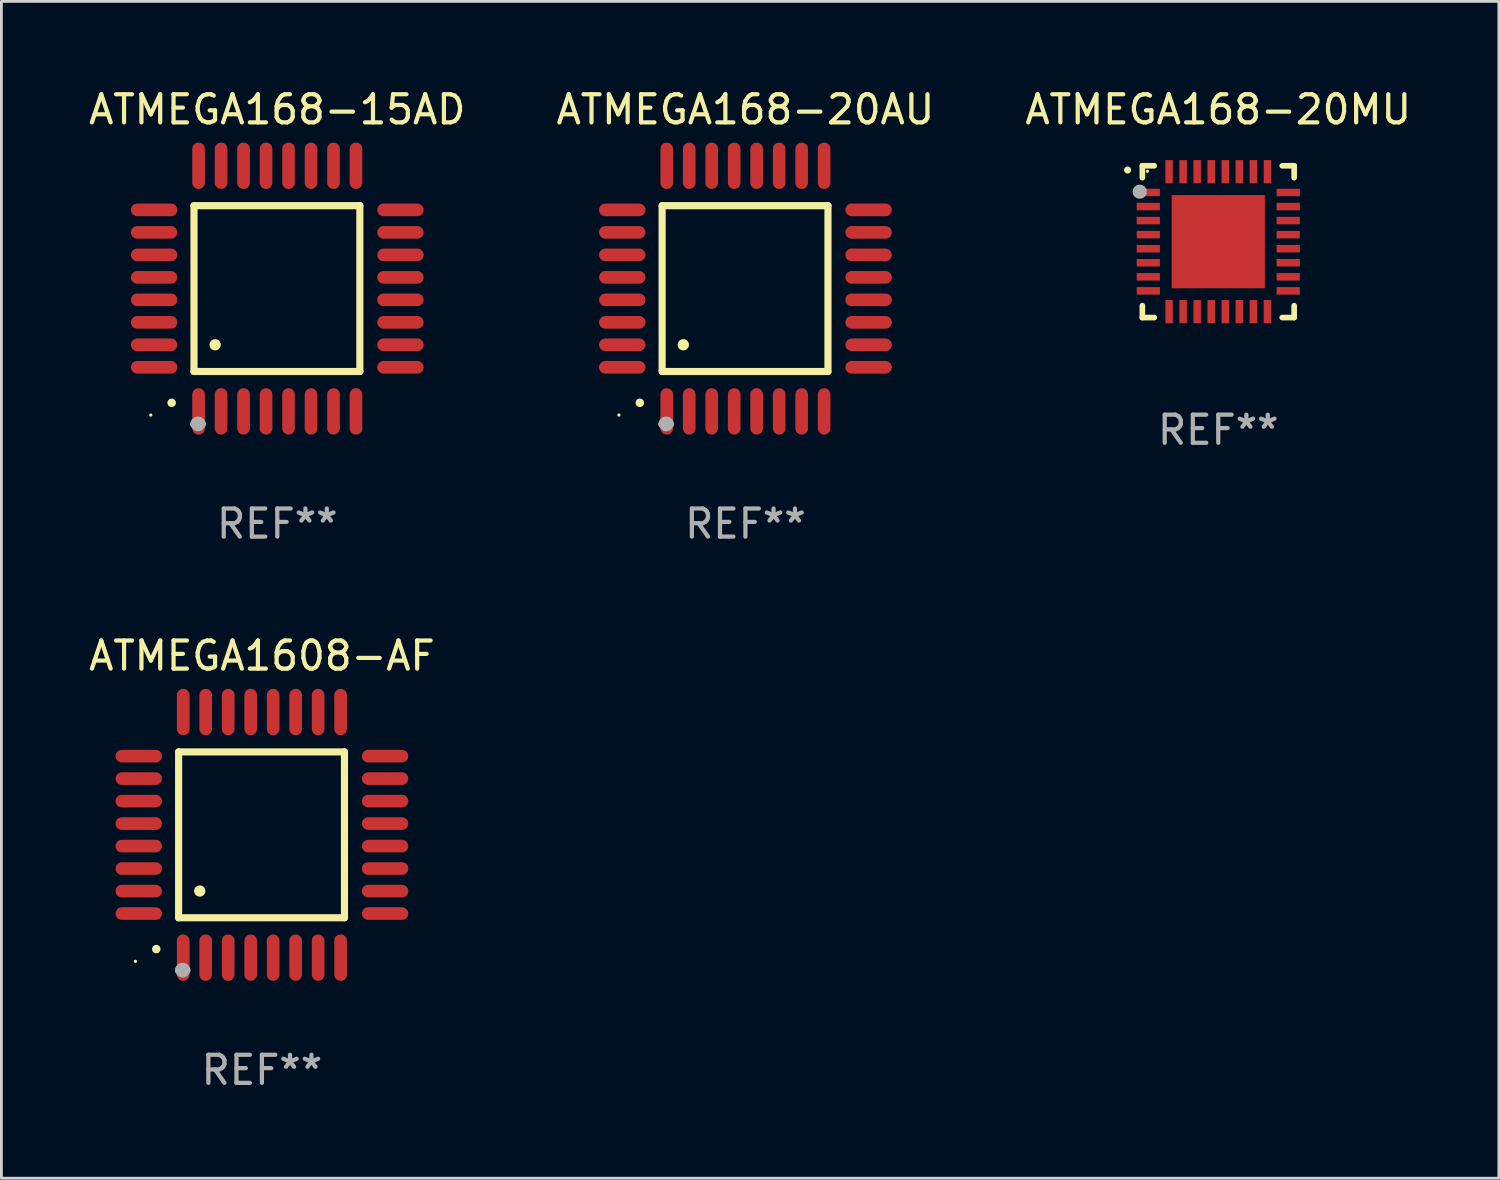
<source format=kicad_pcb>
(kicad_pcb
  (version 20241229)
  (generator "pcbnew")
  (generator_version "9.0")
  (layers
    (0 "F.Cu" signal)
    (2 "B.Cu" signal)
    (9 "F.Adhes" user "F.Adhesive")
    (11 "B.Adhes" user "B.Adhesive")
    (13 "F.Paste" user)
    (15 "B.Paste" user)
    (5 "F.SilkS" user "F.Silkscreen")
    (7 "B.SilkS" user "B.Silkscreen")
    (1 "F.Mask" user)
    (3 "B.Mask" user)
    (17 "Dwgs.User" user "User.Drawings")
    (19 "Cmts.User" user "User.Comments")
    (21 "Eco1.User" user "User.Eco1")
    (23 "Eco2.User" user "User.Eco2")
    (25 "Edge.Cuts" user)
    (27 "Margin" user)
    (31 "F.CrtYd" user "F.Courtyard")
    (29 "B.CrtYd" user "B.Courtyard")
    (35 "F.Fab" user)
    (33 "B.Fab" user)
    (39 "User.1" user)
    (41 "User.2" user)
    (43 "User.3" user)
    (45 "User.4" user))
  (footprint "ATMEGA168-20AU"
    (layer "F.Cu")
    (at 23.47 7.217)
    (property "Reference" "ATMEGA168-20AU" (at 0 -6.369 0) (layer "F.SilkS") (effects (font (size 1 1) (thickness 0.15))))
    (attr through_hole)
    (fp_line (start -2.963 -2.95) (end -2.963 2.95) (stroke (width 0.254) (type solid)) (layer "F.SilkS"))
    (fp_line (start -2.963 2.95) (end 2.937 2.95) (stroke (width 0.254) (type solid)) (layer "F.SilkS"))
    (fp_line (start 2.937 -2.95) (end -2.963 -2.95) (stroke (width 0.254) (type solid)) (layer "F.SilkS"))
    (fp_line (start 2.937 2.95) (end 2.937 -2.95) (stroke (width 0.254) (type solid)) (layer "F.SilkS"))
    (fp_arc (start -3.759208 4.064008) (mid -3.757938 4.064003) (end -3.756668 4.064008) (stroke (width 0.3) (type solid)) (layer "F.SilkS"))
    (fp_arc (start -2.212344 1.998984) (mid -2.211074 1.99898) (end -2.209804 1.998984) (stroke (width 0.4) (type solid)) (layer "F.SilkS"))
    (fp_circle (center -4.5 4.5) (end -4.47 4.5) (stroke (width 0.06) (type solid)) (fill no) (layer "F.SilkS"))
    (fp_arc (start -2.967489 4.82601) (mid -2.819406 4.677927) (end -2.671323 4.82601) (stroke (width 0.254001) (type solid)) (layer "F.Fab"))
    (fp_arc (start -2.967488 4.82601) (mid -2.819406 4.791053) (end -2.671324 4.82601) (stroke (width 0.254001) (type solid)) (layer "F.Fab"))
    (fp_circle (center -2.819 4.826) (end -2.692 4.826) (stroke (width 0.254) (type solid)) (fill no) (layer "F.Fab"))
    (fp_text user "REF**" (at 0 8.369 0) (layer "F.Fab") (effects (font (size 1 1) (thickness 0.15))))
    (pad "1" smd oval (at -2.8 4.369) (size 0.45 1.65) (layers "F.Cu" "F.Mask" "F.Paste"))
    (pad "2" smd oval (at -2 4.369) (size 0.45 1.65) (layers "F.Cu" "F.Mask" "F.Paste"))
    (pad "3" smd oval (at -1.2 4.369) (size 0.45 1.65) (layers "F.Cu" "F.Mask" "F.Paste"))
    (pad "4" smd oval (at -0.4 4.369) (size 0.45 1.65) (layers "F.Cu" "F.Mask" "F.Paste"))
    (pad "5" smd oval (at 0.4 4.369) (size 0.45 1.65) (layers "F.Cu" "F.Mask" "F.Paste"))
    (pad "6" smd oval (at 1.2 4.369) (size 0.45 1.65) (layers "F.Cu" "F.Mask" "F.Paste"))
    (pad "7" smd oval (at 2 4.369) (size 0.45 1.65) (layers "F.Cu" "F.Mask" "F.Paste"))
    (pad "8" smd oval (at 2.8 4.369) (size 0.45 1.65) (layers "F.Cu" "F.Mask" "F.Paste"))
    (pad "9" smd oval (at 4.382 2.8) (size 1.65 0.45) (layers "F.Cu" "F.Mask" "F.Paste"))
    (pad "10" smd oval (at 4.382 2) (size 1.65 0.45) (layers "F.Cu" "F.Mask" "F.Paste"))
    (pad "11" smd oval (at 4.382 1.2) (size 1.65 0.45) (layers "F.Cu" "F.Mask" "F.Paste"))
    (pad "12" smd oval (at 4.382 0.4) (size 1.65 0.45) (layers "F.Cu" "F.Mask" "F.Paste"))
    (pad "13" smd oval (at 4.382 -0.4) (size 1.65 0.45) (layers "F.Cu" "F.Mask" "F.Paste"))
    (pad "14" smd oval (at 4.382 -1.2) (size 1.65 0.45) (layers "F.Cu" "F.Mask" "F.Paste"))
    (pad "15" smd oval (at 4.382 -2) (size 1.65 0.45) (layers "F.Cu" "F.Mask" "F.Paste"))
    (pad "16" smd oval (at 4.382 -2.8) (size 1.65 0.45) (layers "F.Cu" "F.Mask" "F.Paste"))
    (pad "17" smd oval (at 2.8 -4.369) (size 0.45 1.65) (layers "F.Cu" "F.Mask" "F.Paste"))
    (pad "18" smd oval (at 2 -4.369) (size 0.45 1.65) (layers "F.Cu" "F.Mask" "F.Paste"))
    (pad "19" smd oval (at 1.2 -4.369) (size 0.45 1.65) (layers "F.Cu" "F.Mask" "F.Paste"))
    (pad "20" smd oval (at 0.4 -4.369) (size 0.45 1.65) (layers "F.Cu" "F.Mask" "F.Paste"))
    (pad "21" smd oval (at -0.4 -4.369) (size 0.45 1.65) (layers "F.Cu" "F.Mask" "F.Paste"))
    (pad "22" smd oval (at -1.2 -4.369) (size 0.45 1.65) (layers "F.Cu" "F.Mask" "F.Paste"))
    (pad "23" smd oval (at -2 -4.369) (size 0.45 1.65) (layers "F.Cu" "F.Mask" "F.Paste"))
    (pad "24" smd oval (at -2.8 -4.369) (size 0.45 1.65) (layers "F.Cu" "F.Mask" "F.Paste"))
    (pad "25" smd oval (at -4.382 -2.8) (size 1.65 0.45) (layers "F.Cu" "F.Mask" "F.Paste"))
    (pad "26" smd oval (at -4.382 -2) (size 1.65 0.45) (layers "F.Cu" "F.Mask" "F.Paste"))
    (pad "27" smd oval (at -4.382 -1.2) (size 1.65 0.45) (layers "F.Cu" "F.Mask" "F.Paste"))
    (pad "28" smd oval (at -4.382 -0.4) (size 1.65 0.45) (layers "F.Cu" "F.Mask" "F.Paste"))
    (pad "29" smd oval (at -4.382 0.4) (size 1.65 0.45) (layers "F.Cu" "F.Mask" "F.Paste"))
    (pad "30" smd oval (at -4.382 1.2) (size 1.65 0.45) (layers "F.Cu" "F.Mask" "F.Paste"))
    (pad "31" smd oval (at -4.382 2) (size 1.65 0.45) (layers "F.Cu" "F.Mask" "F.Paste"))
    (pad "32" smd oval (at -4.382 2.8) (size 1.65 0.45) (layers "F.Cu" "F.Mask" "F.Paste")))
  (footprint "ATMEGA168-20MU"
    (layer "F.Cu")
    (at 40.292 5.548)
    (property "Reference" "ATMEGA168-20MU" (at 0 -4.7 0) (layer "F.SilkS") (effects (font (size 1 1) (thickness 0.15))))
    (attr through_hole)
    (fp_line (start -2.7 -2.7) (end -2.276 -2.7) (stroke (width 0.201) (type solid)) (layer "F.SilkS"))
    (fp_line (start -2.7 -2.276) (end -2.7 -2.7) (stroke (width 0.201) (type solid)) (layer "F.SilkS"))
    (fp_line (start -2.7 2.276) (end -2.7 2.7) (stroke (width 0.201) (type solid)) (layer "F.SilkS"))
    (fp_line (start -2.7 2.7) (end -2.276 2.7) (stroke (width 0.201) (type solid)) (layer "F.SilkS"))
    (fp_line (start 2.276 2.7) (end 2.7 2.7) (stroke (width 0.201) (type solid)) (layer "F.SilkS"))
    (fp_line (start 2.7 -2.7) (end 2.276 -2.7) (stroke (width 0.201) (type solid)) (layer "F.SilkS"))
    (fp_line (start 2.7 -2.276) (end 2.7 -2.7) (stroke (width 0.201) (type solid)) (layer "F.SilkS"))
    (fp_line (start 2.7 2.7) (end 2.7 2.276) (stroke (width 0.201) (type solid)) (layer "F.SilkS"))
    (fp_arc (start -3.225806 -2.547625) (mid -3.225812 -2.548895) (end -3.225806 -2.550165) (stroke (width 0.24892) (type solid)) (layer "F.SilkS"))
    (fp_circle (center -2.519 -2.504) (end -2.489 -2.504) (stroke (width 0.06) (type solid)) (fill no) (layer "F.SilkS"))
    (fp_circle (center -2.794 -1.778) (end -2.667 -1.778) (stroke (width 0.254) (type solid)) (fill no) (layer "F.Fab"))
    (fp_text user "REF**" (at 0 6.7 0) (layer "F.Fab") (effects (font (size 1 1) (thickness 0.15))))
    (pad "1" smd rect (at -2.489 -1.75 90) (size 0.267 0.826) (layers "F.Cu" "F.Mask" "F.Paste"))
    (pad "2" smd rect (at -2.489 -1.25 90) (size 0.267 0.826) (layers "F.Cu" "F.Mask" "F.Paste"))
    (pad "3" smd rect (at -2.489 -0.75 90) (size 0.267 0.826) (layers "F.Cu" "F.Mask" "F.Paste"))
    (pad "4" smd rect (at -2.489 -0.25 90) (size 0.267 0.826) (layers "F.Cu" "F.Mask" "F.Paste"))
    (pad "5" smd rect (at -2.489 0.25 90) (size 0.267 0.826) (layers "F.Cu" "F.Mask" "F.Paste"))
    (pad "6" smd rect (at -2.489 0.75 90) (size 0.267 0.826) (layers "F.Cu" "F.Mask" "F.Paste"))
    (pad "7" smd rect (at -2.489 1.25 90) (size 0.267 0.826) (layers "F.Cu" "F.Mask" "F.Paste"))
    (pad "8" smd rect (at -2.489 1.75 90) (size 0.267 0.826) (layers "F.Cu" "F.Mask" "F.Paste"))
    (pad "9" smd rect (at -1.75 2.489) (size 0.267 0.826) (layers "F.Cu" "F.Mask" "F.Paste"))
    (pad "10" smd rect (at -1.25 2.489) (size 0.267 0.826) (layers "F.Cu" "F.Mask" "F.Paste"))
    (pad "11" smd rect (at -0.75 2.489) (size 0.267 0.826) (layers "F.Cu" "F.Mask" "F.Paste"))
    (pad "12" smd rect (at -0.25 2.489) (size 0.267 0.826) (layers "F.Cu" "F.Mask" "F.Paste"))
    (pad "13" smd rect (at 0.25 2.489) (size 0.267 0.826) (layers "F.Cu" "F.Mask" "F.Paste"))
    (pad "14" smd rect (at 0.75 2.489) (size 0.267 0.826) (layers "F.Cu" "F.Mask" "F.Paste"))
    (pad "15" smd rect (at 1.25 2.489) (size 0.267 0.826) (layers "F.Cu" "F.Mask" "F.Paste"))
    (pad "16" smd rect (at 1.75 2.489) (size 0.267 0.826) (layers "F.Cu" "F.Mask" "F.Paste"))
    (pad "17" smd rect (at 2.489 1.75 90) (size 0.267 0.826) (layers "F.Cu" "F.Mask" "F.Paste"))
    (pad "18" smd rect (at 2.489 1.25 90) (size 0.267 0.826) (layers "F.Cu" "F.Mask" "F.Paste"))
    (pad "19" smd rect (at 2.489 0.75 90) (size 0.267 0.826) (layers "F.Cu" "F.Mask" "F.Paste"))
    (pad "20" smd rect (at 2.489 0.25 90) (size 0.267 0.826) (layers "F.Cu" "F.Mask" "F.Paste"))
    (pad "21" smd rect (at 2.489 -0.25 90) (size 0.267 0.826) (layers "F.Cu" "F.Mask" "F.Paste"))
    (pad "22" smd rect (at 2.489 -0.75 90) (size 0.267 0.826) (layers "F.Cu" "F.Mask" "F.Paste"))
    (pad "23" smd rect (at 2.489 -1.25 90) (size 0.267 0.826) (layers "F.Cu" "F.Mask" "F.Paste"))
    (pad "24" smd rect (at 2.489 -1.75 90) (size 0.267 0.826) (layers "F.Cu" "F.Mask" "F.Paste"))
    (pad "25" smd rect (at 1.75 -2.489) (size 0.267 0.826) (layers "F.Cu" "F.Mask" "F.Paste"))
    (pad "26" smd rect (at 1.25 -2.489) (size 0.267 0.826) (layers "F.Cu" "F.Mask" "F.Paste"))
    (pad "27" smd rect (at 0.75 -2.489) (size 0.267 0.826) (layers "F.Cu" "F.Mask" "F.Paste"))
    (pad "28" smd rect (at 0.25 -2.489) (size 0.267 0.826) (layers "F.Cu" "F.Mask" "F.Paste"))
    (pad "29" smd rect (at -0.25 -2.489) (size 0.267 0.826) (layers "F.Cu" "F.Mask" "F.Paste"))
    (pad "30" smd rect (at -0.75 -2.489) (size 0.267 0.826) (layers "F.Cu" "F.Mask" "F.Paste"))
    (pad "31" smd rect (at -1.25 -2.489) (size 0.267 0.826) (layers "F.Cu" "F.Mask" "F.Paste"))
    (pad "32" smd rect (at -1.75 -2.489) (size 0.267 0.826) (layers "F.Cu" "F.Mask" "F.Paste"))
    (pad "33" smd rect (at 0 0) (size 3.315 3.315) (layers "F.Cu" "F.Mask" "F.Paste")))
  (footprint "ATMEGA168-15AD"
    (layer "F.Cu")
    (at 6.815 7.217)
    (property "Reference" "ATMEGA168-15AD" (at 0 -6.369 0) (layer "F.SilkS") (effects (font (size 1 1) (thickness 0.15))))
    (attr through_hole)
    (fp_line (start -2.963 -2.95) (end -2.963 2.95) (stroke (width 0.254) (type solid)) (layer "F.SilkS"))
    (fp_line (start -2.963 2.95) (end 2.937 2.95) (stroke (width 0.254) (type solid)) (layer "F.SilkS"))
    (fp_line (start 2.937 -2.95) (end -2.963 -2.95) (stroke (width 0.254) (type solid)) (layer "F.SilkS"))
    (fp_line (start 2.937 2.95) (end 2.937 -2.95) (stroke (width 0.254) (type solid)) (layer "F.SilkS"))
    (fp_arc (start -3.759208 4.064008) (mid -3.757938 4.064003) (end -3.756668 4.064008) (stroke (width 0.3) (type solid)) (layer "F.SilkS"))
    (fp_arc (start -2.212344 1.998984) (mid -2.211074 1.99898) (end -2.209804 1.998984) (stroke (width 0.4) (type solid)) (layer "F.SilkS"))
    (fp_circle (center -4.5 4.5) (end -4.47 4.5) (stroke (width 0.06) (type solid)) (fill no) (layer "F.SilkS"))
    (fp_arc (start -2.967489 4.82601) (mid -2.819406 4.677927) (end -2.671323 4.82601) (stroke (width 0.254001) (type solid)) (layer "F.Fab"))
    (fp_arc (start -2.967488 4.82601) (mid -2.819406 4.791053) (end -2.671324 4.82601) (stroke (width 0.254001) (type solid)) (layer "F.Fab"))
    (fp_circle (center -2.819 4.826) (end -2.692 4.826) (stroke (width 0.254) (type solid)) (fill no) (layer "F.Fab"))
    (fp_text user "REF**" (at 0 8.369 0) (layer "F.Fab") (effects (font (size 1 1) (thickness 0.15))))
    (pad "1" smd oval (at -2.8 4.369) (size 0.45 1.65) (layers "F.Cu" "F.Mask" "F.Paste"))
    (pad "2" smd oval (at -2 4.369) (size 0.45 1.65) (layers "F.Cu" "F.Mask" "F.Paste"))
    (pad "3" smd oval (at -1.2 4.369) (size 0.45 1.65) (layers "F.Cu" "F.Mask" "F.Paste"))
    (pad "4" smd oval (at -0.4 4.369) (size 0.45 1.65) (layers "F.Cu" "F.Mask" "F.Paste"))
    (pad "5" smd oval (at 0.4 4.369) (size 0.45 1.65) (layers "F.Cu" "F.Mask" "F.Paste"))
    (pad "6" smd oval (at 1.2 4.369) (size 0.45 1.65) (layers "F.Cu" "F.Mask" "F.Paste"))
    (pad "7" smd oval (at 2 4.369) (size 0.45 1.65) (layers "F.Cu" "F.Mask" "F.Paste"))
    (pad "8" smd oval (at 2.8 4.369) (size 0.45 1.65) (layers "F.Cu" "F.Mask" "F.Paste"))
    (pad "9" smd oval (at 4.382 2.8) (size 1.65 0.45) (layers "F.Cu" "F.Mask" "F.Paste"))
    (pad "10" smd oval (at 4.382 2) (size 1.65 0.45) (layers "F.Cu" "F.Mask" "F.Paste"))
    (pad "11" smd oval (at 4.382 1.2) (size 1.65 0.45) (layers "F.Cu" "F.Mask" "F.Paste"))
    (pad "12" smd oval (at 4.382 0.4) (size 1.65 0.45) (layers "F.Cu" "F.Mask" "F.Paste"))
    (pad "13" smd oval (at 4.382 -0.4) (size 1.65 0.45) (layers "F.Cu" "F.Mask" "F.Paste"))
    (pad "14" smd oval (at 4.382 -1.2) (size 1.65 0.45) (layers "F.Cu" "F.Mask" "F.Paste"))
    (pad "15" smd oval (at 4.382 -2) (size 1.65 0.45) (layers "F.Cu" "F.Mask" "F.Paste"))
    (pad "16" smd oval (at 4.382 -2.8) (size 1.65 0.45) (layers "F.Cu" "F.Mask" "F.Paste"))
    (pad "17" smd oval (at 2.8 -4.369) (size 0.45 1.65) (layers "F.Cu" "F.Mask" "F.Paste"))
    (pad "18" smd oval (at 2 -4.369) (size 0.45 1.65) (layers "F.Cu" "F.Mask" "F.Paste"))
    (pad "19" smd oval (at 1.2 -4.369) (size 0.45 1.65) (layers "F.Cu" "F.Mask" "F.Paste"))
    (pad "20" smd oval (at 0.4 -4.369) (size 0.45 1.65) (layers "F.Cu" "F.Mask" "F.Paste"))
    (pad "21" smd oval (at -0.4 -4.369) (size 0.45 1.65) (layers "F.Cu" "F.Mask" "F.Paste"))
    (pad "22" smd oval (at -1.2 -4.369) (size 0.45 1.65) (layers "F.Cu" "F.Mask" "F.Paste"))
    (pad "23" smd oval (at -2 -4.369) (size 0.45 1.65) (layers "F.Cu" "F.Mask" "F.Paste"))
    (pad "24" smd oval (at -2.8 -4.369) (size 0.45 1.65) (layers "F.Cu" "F.Mask" "F.Paste"))
    (pad "25" smd oval (at -4.382 -2.8) (size 1.65 0.45) (layers "F.Cu" "F.Mask" "F.Paste"))
    (pad "26" smd oval (at -4.382 -2) (size 1.65 0.45) (layers "F.Cu" "F.Mask" "F.Paste"))
    (pad "27" smd oval (at -4.382 -1.2) (size 1.65 0.45) (layers "F.Cu" "F.Mask" "F.Paste"))
    (pad "28" smd oval (at -4.382 -0.4) (size 1.65 0.45) (layers "F.Cu" "F.Mask" "F.Paste"))
    (pad "29" smd oval (at -4.382 0.4) (size 1.65 0.45) (layers "F.Cu" "F.Mask" "F.Paste"))
    (pad "30" smd oval (at -4.382 1.2) (size 1.65 0.45) (layers "F.Cu" "F.Mask" "F.Paste"))
    (pad "31" smd oval (at -4.382 2) (size 1.65 0.45) (layers "F.Cu" "F.Mask" "F.Paste"))
    (pad "32" smd oval (at -4.382 2.8) (size 1.65 0.45) (layers "F.Cu" "F.Mask" "F.Paste")))
  (footprint "ATMEGA1608-AF"
    (layer "F.Cu")
    (at 6.268 26.651)
    (property "Reference" "ATMEGA1608-AF" (at 0 -6.369 0) (layer "F.SilkS") (effects (font (size 1 1) (thickness 0.15))))
    (attr through_hole)
    (fp_line (start -2.963 -2.95) (end -2.963 2.95) (stroke (width 0.254) (type solid)) (layer "F.SilkS"))
    (fp_line (start -2.963 2.95) (end 2.937 2.95) (stroke (width 0.254) (type solid)) (layer "F.SilkS"))
    (fp_line (start 2.937 -2.95) (end -2.963 -2.95) (stroke (width 0.254) (type solid)) (layer "F.SilkS"))
    (fp_line (start 2.937 2.95) (end 2.937 -2.95) (stroke (width 0.254) (type solid)) (layer "F.SilkS"))
    (fp_arc (start -3.759208 4.064008) (mid -3.757938 4.064003) (end -3.756668 4.064008) (stroke (width 0.3) (type solid)) (layer "F.SilkS"))
    (fp_arc (start -2.212344 1.998984) (mid -2.211074 1.99898) (end -2.209804 1.998984) (stroke (width 0.4) (type solid)) (layer "F.SilkS"))
    (fp_circle (center -4.5 4.5) (end -4.47 4.5) (stroke (width 0.06) (type solid)) (fill no) (layer "F.SilkS"))
    (fp_arc (start -2.967489 4.82601) (mid -2.819406 4.677927) (end -2.671323 4.82601) (stroke (width 0.254001) (type solid)) (layer "F.Fab"))
    (fp_arc (start -2.967488 4.82601) (mid -2.819406 4.791053) (end -2.671324 4.82601) (stroke (width 0.254001) (type solid)) (layer "F.Fab"))
    (fp_circle (center -2.819 4.826) (end -2.692 4.826) (stroke (width 0.254) (type solid)) (fill no) (layer "F.Fab"))
    (fp_text user "REF**" (at 0 8.369 0) (layer "F.Fab") (effects (font (size 1 1) (thickness 0.15))))
    (pad "1" smd oval (at -2.8 4.369) (size 0.45 1.65) (layers "F.Cu" "F.Mask" "F.Paste"))
    (pad "2" smd oval (at -2 4.369) (size 0.45 1.65) (layers "F.Cu" "F.Mask" "F.Paste"))
    (pad "3" smd oval (at -1.2 4.369) (size 0.45 1.65) (layers "F.Cu" "F.Mask" "F.Paste"))
    (pad "4" smd oval (at -0.4 4.369) (size 0.45 1.65) (layers "F.Cu" "F.Mask" "F.Paste"))
    (pad "5" smd oval (at 0.4 4.369) (size 0.45 1.65) (layers "F.Cu" "F.Mask" "F.Paste"))
    (pad "6" smd oval (at 1.2 4.369) (size 0.45 1.65) (layers "F.Cu" "F.Mask" "F.Paste"))
    (pad "7" smd oval (at 2 4.369) (size 0.45 1.65) (layers "F.Cu" "F.Mask" "F.Paste"))
    (pad "8" smd oval (at 2.8 4.369) (size 0.45 1.65) (layers "F.Cu" "F.Mask" "F.Paste"))
    (pad "9" smd oval (at 4.382 2.8) (size 1.65 0.45) (layers "F.Cu" "F.Mask" "F.Paste"))
    (pad "10" smd oval (at 4.382 2) (size 1.65 0.45) (layers "F.Cu" "F.Mask" "F.Paste"))
    (pad "11" smd oval (at 4.382 1.2) (size 1.65 0.45) (layers "F.Cu" "F.Mask" "F.Paste"))
    (pad "12" smd oval (at 4.382 0.4) (size 1.65 0.45) (layers "F.Cu" "F.Mask" "F.Paste"))
    (pad "13" smd oval (at 4.382 -0.4) (size 1.65 0.45) (layers "F.Cu" "F.Mask" "F.Paste"))
    (pad "14" smd oval (at 4.382 -1.2) (size 1.65 0.45) (layers "F.Cu" "F.Mask" "F.Paste"))
    (pad "15" smd oval (at 4.382 -2) (size 1.65 0.45) (layers "F.Cu" "F.Mask" "F.Paste"))
    (pad "16" smd oval (at 4.382 -2.8) (size 1.65 0.45) (layers "F.Cu" "F.Mask" "F.Paste"))
    (pad "17" smd oval (at 2.8 -4.369) (size 0.45 1.65) (layers "F.Cu" "F.Mask" "F.Paste"))
    (pad "18" smd oval (at 2 -4.369) (size 0.45 1.65) (layers "F.Cu" "F.Mask" "F.Paste"))
    (pad "19" smd oval (at 1.2 -4.369) (size 0.45 1.65) (layers "F.Cu" "F.Mask" "F.Paste"))
    (pad "20" smd oval (at 0.4 -4.369) (size 0.45 1.65) (layers "F.Cu" "F.Mask" "F.Paste"))
    (pad "21" smd oval (at -0.4 -4.369) (size 0.45 1.65) (layers "F.Cu" "F.Mask" "F.Paste"))
    (pad "22" smd oval (at -1.2 -4.369) (size 0.45 1.65) (layers "F.Cu" "F.Mask" "F.Paste"))
    (pad "23" smd oval (at -2 -4.369) (size 0.45 1.65) (layers "F.Cu" "F.Mask" "F.Paste"))
    (pad "24" smd oval (at -2.8 -4.369) (size 0.45 1.65) (layers "F.Cu" "F.Mask" "F.Paste"))
    (pad "25" smd oval (at -4.382 -2.8) (size 1.65 0.45) (layers "F.Cu" "F.Mask" "F.Paste"))
    (pad "26" smd oval (at -4.382 -2) (size 1.65 0.45) (layers "F.Cu" "F.Mask" "F.Paste"))
    (pad "27" smd oval (at -4.382 -1.2) (size 1.65 0.45) (layers "F.Cu" "F.Mask" "F.Paste"))
    (pad "28" smd oval (at -4.382 -0.4) (size 1.65 0.45) (layers "F.Cu" "F.Mask" "F.Paste"))
    (pad "29" smd oval (at -4.382 0.4) (size 1.65 0.45) (layers "F.Cu" "F.Mask" "F.Paste"))
    (pad "30" smd oval (at -4.382 1.2) (size 1.65 0.45) (layers "F.Cu" "F.Mask" "F.Paste"))
    (pad "31" smd oval (at -4.382 2) (size 1.65 0.45) (layers "F.Cu" "F.Mask" "F.Paste"))
    (pad "32" smd oval (at -4.382 2.8) (size 1.65 0.45) (layers "F.Cu" "F.Mask" "F.Paste")))
  (gr_rect
    (start -3 -3)
    (end 50.274 38.868)
    (stroke (width 0.1) (type default))
    (fill no)
    (layer "Edge.Cuts")))
</source>
